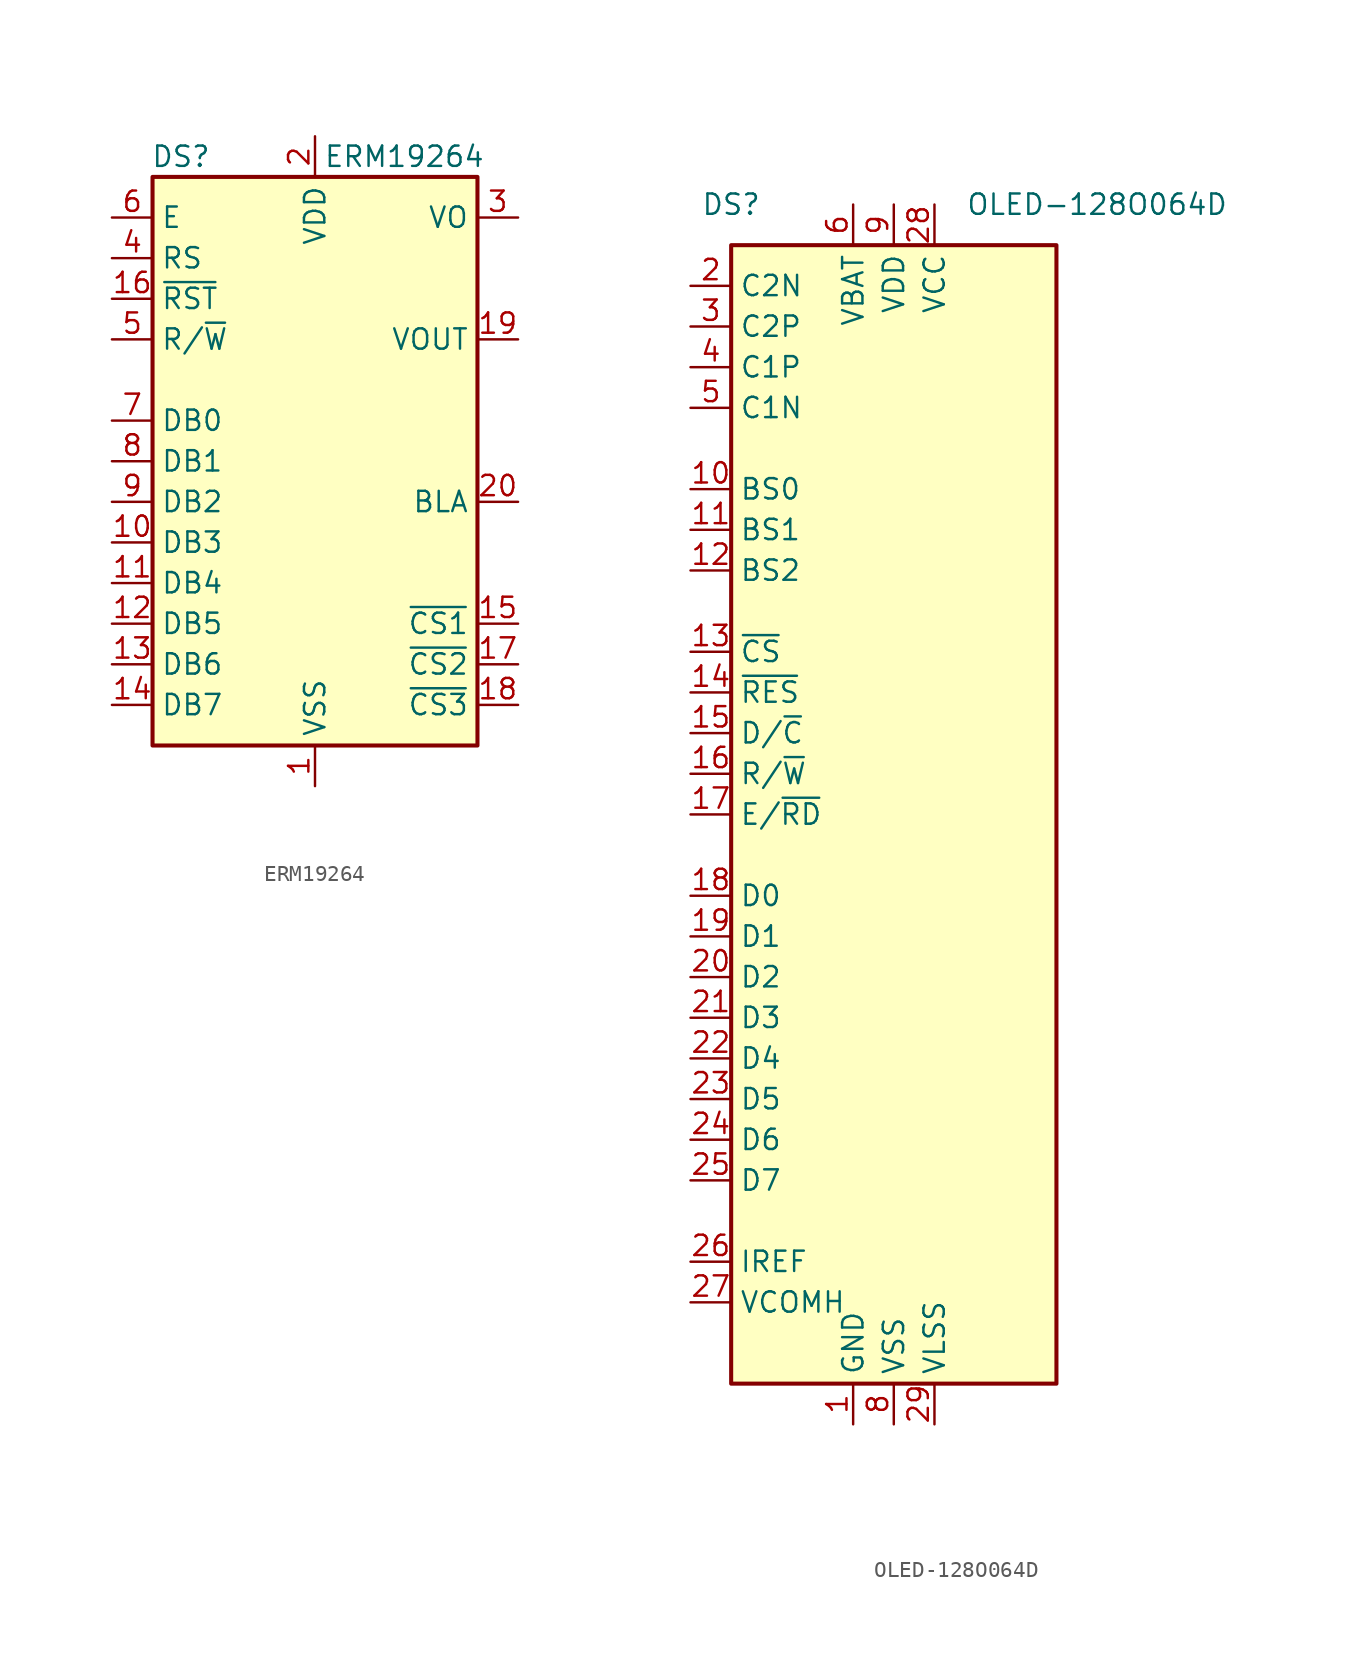
<source format=kicad_sym>
(kicad_symbol_lib
  (version 20200908)
  (generator kicad_symbol_editor)
  (symbol "Display_Graphic:ERM19264"
    (property "Reference" "DS"
      (at -8.382 19.05 0)
      (effects (font (size 1.27 1.27))))
    (property "Value" "ERM19264"
      (at 5.588 19.05 0)
      (effects (font (size 1.27 1.27))))
    (symbol "ERM19264_0_1"
      (rectangle (start -10.16 17.78) (end 10.16 -17.78) (stroke (width 0.254)) (fill (type background))))
    (symbol "ERM19264_1_1"
      (pin power_in line (at 0 -20.32 90) (length 2.54) (name "VSS" (effects (font (size 1.27 1.27)))) (number "1" (effects (font (size 1.27 1.27)))))
      (pin power_in line (at 0 20.32 270) (length 2.54) (name "VDD" (effects (font (size 1.27 1.27)))) (number "2" (effects (font (size 1.27 1.27)))))
      (pin passive line (at 12.7 15.24 180) (length 2.54) (name "VO" (effects (font (size 1.27 1.27)))) (number "3" (effects (font (size 1.27 1.27)))))
      (pin input line (at -12.7 12.7 0) (length 2.54) (name "RS" (effects (font (size 1.27 1.27)))) (number "4" (effects (font (size 1.27 1.27)))))
      (pin input line (at -12.7 7.62 0) (length 2.54) (name "R/~W~" (effects (font (size 1.27 1.27)))) (number "5" (effects (font (size 1.27 1.27)))))
      (pin input line (at -12.7 15.24 0) (length 2.54) (name "E" (effects (font (size 1.27 1.27)))) (number "6" (effects (font (size 1.27 1.27)))))
      (pin bidirectional line (at -12.7 2.54 0) (length 2.54) (name "DB0" (effects (font (size 1.27 1.27)))) (number "7" (effects (font (size 1.27 1.27)))))
      (pin bidirectional line (at -12.7 0 0) (length 2.54) (name "DB1" (effects (font (size 1.27 1.27)))) (number "8" (effects (font (size 1.27 1.27)))))
      (pin bidirectional line (at -12.7 -2.54 0) (length 2.54) (name "DB2" (effects (font (size 1.27 1.27)))) (number "9" (effects (font (size 1.27 1.27)))))
      (pin bidirectional line (at -12.7 -5.08 0) (length 2.54) (name "DB3" (effects (font (size 1.27 1.27)))) (number "10" (effects (font (size 1.27 1.27)))))
      (pin bidirectional line (at -12.7 -7.62 0) (length 2.54) (name "DB4" (effects (font (size 1.27 1.27)))) (number "11" (effects (font (size 1.27 1.27)))))
      (pin bidirectional line (at -12.7 -10.16 0) (length 2.54) (name "DB5" (effects (font (size 1.27 1.27)))) (number "12" (effects (font (size 1.27 1.27)))))
      (pin bidirectional line (at -12.7 -12.7 0) (length 2.54) (name "DB6" (effects (font (size 1.27 1.27)))) (number "13" (effects (font (size 1.27 1.27)))))
      (pin bidirectional line (at -12.7 -15.24 0) (length 2.54) (name "DB7" (effects (font (size 1.27 1.27)))) (number "14" (effects (font (size 1.27 1.27)))))
      (pin input line (at 12.7 -10.16 180) (length 2.54) (name "~CS1~" (effects (font (size 1.27 1.27)))) (number "15" (effects (font (size 1.27 1.27)))))
      (pin input line (at -12.7 10.16 0) (length 2.54) (name "~RST~" (effects (font (size 1.27 1.27)))) (number "16" (effects (font (size 1.27 1.27)))))
      (pin input line (at 12.7 -12.7 180) (length 2.54) (name "~CS2~" (effects (font (size 1.27 1.27)))) (number "17" (effects (font (size 1.27 1.27)))))
      (pin passive line (at 12.7 7.62 180) (length 2.54) (name "VOUT" (effects (font (size 1.27 1.27)))) (number "19" (effects (font (size 1.27 1.27)))))
      (pin passive line (at 12.7 -2.54 180) (length 2.54) (name "BLA" (effects (font (size 1.27 1.27)))) (number "20" (effects (font (size 1.27 1.27))))))
    (symbol "ERM19264_0_0"
      (pin input line (at 12.7 -15.24 180) (length 2.54) (name "~CS3~" (effects (font (size 1.27 1.27)))) (number "18" (effects (font (size 1.27 1.27)))))))
  (symbol "Display_Graphic:OLED-128O064D"
    (property "Reference" "DS"
      (at -10.16 38.1 0)
      (effects (font (size 1.27 1.27))))
    (property "Value" "OLED-128O064D"
      (at 12.7 38.1 0)
      (effects (font (size 1.27 1.27))))
    (symbol "OLED-128O064D_0_1"
      (rectangle (start -10.16 35.56) (end 10.16 -35.56) (stroke (width 0.254)) (fill (type background))))
    (symbol "OLED-128O064D_1_1"
      (pin power_in line (at -2.54 -38.1 90) (length 2.54) (name "GND" (effects (font (size 1.27 1.27)))) (number "1" (effects (font (size 1.27 1.27)))))
      (pin input line (at -12.7 20.32 0) (length 2.54) (name "BS0" (effects (font (size 1.27 1.27)))) (number "10" (effects (font (size 1.27 1.27)))))
      (pin input line (at -12.7 17.78 0) (length 2.54) (name "BS1" (effects (font (size 1.27 1.27)))) (number "11" (effects (font (size 1.27 1.27)))))
      (pin input line (at -12.7 15.24 0) (length 2.54) (name "BS2" (effects (font (size 1.27 1.27)))) (number "12" (effects (font (size 1.27 1.27)))))
      (pin input line (at -12.7 10.16 0) (length 2.54) (name "~CS" (effects (font (size 1.27 1.27)))) (number "13" (effects (font (size 1.27 1.27)))))
      (pin input line (at -12.7 7.62 0) (length 2.54) (name "~RES" (effects (font (size 1.27 1.27)))) (number "14" (effects (font (size 1.27 1.27)))))
      (pin input line (at -12.7 5.08 0) (length 2.54) (name "D/~C" (effects (font (size 1.27 1.27)))) (number "15" (effects (font (size 1.27 1.27)))))
      (pin input line (at -12.7 2.54 0) (length 2.54) (name "R/~W" (effects (font (size 1.27 1.27)))) (number "16" (effects (font (size 1.27 1.27)))))
      (pin input line (at -12.7 0 0) (length 2.54) (name "E/~RD" (effects (font (size 1.27 1.27)))) (number "17" (effects (font (size 1.27 1.27)))))
      (pin bidirectional line (at -12.7 -5.08 0) (length 2.54) (name "D0" (effects (font (size 1.27 1.27)))) (number "18" (effects (font (size 1.27 1.27)))))
      (pin bidirectional line (at -12.7 -7.62 0) (length 2.54) (name "D1" (effects (font (size 1.27 1.27)))) (number "19" (effects (font (size 1.27 1.27)))))
      (pin passive line (at -12.7 33.02 0) (length 2.54) (name "C2N" (effects (font (size 1.27 1.27)))) (number "2" (effects (font (size 1.27 1.27)))))
      (pin bidirectional line (at -12.7 -10.16 0) (length 2.54) (name "D2" (effects (font (size 1.27 1.27)))) (number "20" (effects (font (size 1.27 1.27)))))
      (pin bidirectional line (at -12.7 -12.7 0) (length 2.54) (name "D3" (effects (font (size 1.27 1.27)))) (number "21" (effects (font (size 1.27 1.27)))))
      (pin bidirectional line (at -12.7 -15.24 0) (length 2.54) (name "D4" (effects (font (size 1.27 1.27)))) (number "22" (effects (font (size 1.27 1.27)))))
      (pin bidirectional line (at -12.7 -17.78 0) (length 2.54) (name "D5" (effects (font (size 1.27 1.27)))) (number "23" (effects (font (size 1.27 1.27)))))
      (pin bidirectional line (at -12.7 -20.32 0) (length 2.54) (name "D6" (effects (font (size 1.27 1.27)))) (number "24" (effects (font (size 1.27 1.27)))))
      (pin bidirectional line (at -12.7 -22.86 0) (length 2.54) (name "D7" (effects (font (size 1.27 1.27)))) (number "25" (effects (font (size 1.27 1.27)))))
      (pin passive line (at -12.7 -27.94 0) (length 2.54) (name "IREF" (effects (font (size 1.27 1.27)))) (number "26" (effects (font (size 1.27 1.27)))))
      (pin passive line (at -12.7 -30.48 0) (length 2.54) (name "VCOMH" (effects (font (size 1.27 1.27)))) (number "27" (effects (font (size 1.27 1.27)))))
      (pin power_in line (at 2.54 38.1 270) (length 2.54) (name "VCC" (effects (font (size 1.27 1.27)))) (number "28" (effects (font (size 1.27 1.27)))))
      (pin power_in line (at 2.54 -38.1 90) (length 2.54) (name "VLSS" (effects (font (size 1.27 1.27)))) (number "29" (effects (font (size 1.27 1.27)))))
      (pin passive line (at -12.7 30.48 0) (length 2.54) (name "C2P" (effects (font (size 1.27 1.27)))) (number "3" (effects (font (size 1.27 1.27)))))
      (pin passive line (at -2.54 -38.1 90) (length 2.54) hide (name "GND" (effects (font (size 1.27 1.27)))) (number "30" (effects (font (size 1.27 1.27)))))
      (pin passive line (at -12.7 27.94 0) (length 2.54) (name "C1P" (effects (font (size 1.27 1.27)))) (number "4" (effects (font (size 1.27 1.27)))))
      (pin passive line (at -12.7 25.4 0) (length 2.54) (name "C1N" (effects (font (size 1.27 1.27)))) (number "5" (effects (font (size 1.27 1.27)))))
      (pin power_in line (at -2.54 38.1 270) (length 2.54) (name "VBAT" (effects (font (size 1.27 1.27)))) (number "6" (effects (font (size 1.27 1.27)))))
      (pin unconnected line (at 10.16 0 180) (length 2.54) hide (name "NC" (effects (font (size 1.27 1.27)))) (number "7" (effects (font (size 1.27 1.27)))))
      (pin power_in line (at 0 -38.1 90) (length 2.54) (name "VSS" (effects (font (size 1.27 1.27)))) (number "8" (effects (font (size 1.27 1.27)))))
      (pin power_in line (at 0 38.1 270) (length 2.54) (name "VDD" (effects (font (size 1.27 1.27)))) (number "9" (effects (font (size 1.27 1.27))))))))
</source>
